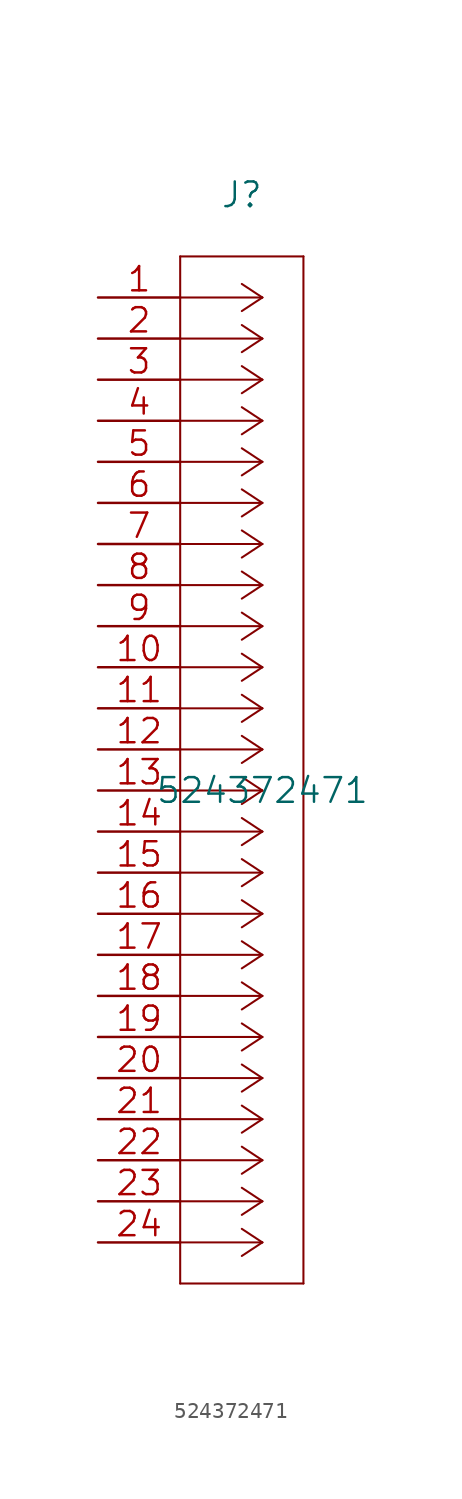
<source format=kicad_sym>
(kicad_symbol_lib
  (version 20211014)
  (generator kicad_symbol_editor)
  (symbol "524372471"
    (pin_names
      (offset 0.254) hide)
    (property "Reference" "J"
      (at 8.89 6.35 0)
      (effects (font (size 1.524 1.524))))
    (property "Value" "524372471"
      (at 10.16 -30.48 0)
      (effects (font (size 1.524 1.524))))
    (property "Datasheet" ""
      (at 0 0 0)
      (effects (font (size 1.524 1.524))))
    (property "ki_locked" ""
      (at 0 0 0)
      (effects (font (size 1.27 1.27))))
    (symbol "524372471_1_1"
      (polyline (pts (xy 5.08 -60.96) (xy 12.7 -60.96)) (stroke (width 0.127) (type default) (color 0 0 0 0)) (fill (type none)))
      (polyline (pts (xy 5.08 2.54) (xy 5.08 -60.96)) (stroke (width 0.127) (type default) (color 0 0 0 0)) (fill (type none)))
      (polyline (pts (xy 10.16 -58.42) (xy 5.08 -58.42)) (stroke (width 0.127) (type default) (color 0 0 0 0)) (fill (type none)))
      (polyline (pts (xy 10.16 -58.42) (xy 8.89 -59.258)) (stroke (width 0.127) (type default) (color 0 0 0 0)) (fill (type none)))
      (polyline (pts (xy 10.16 -58.42) (xy 8.89 -57.582)) (stroke (width 0.127) (type default) (color 0 0 0 0)) (fill (type none)))
      (polyline (pts (xy 10.16 -55.88) (xy 5.08 -55.88)) (stroke (width 0.127) (type default) (color 0 0 0 0)) (fill (type none)))
      (polyline (pts (xy 10.16 -55.88) (xy 8.89 -56.718)) (stroke (width 0.127) (type default) (color 0 0 0 0)) (fill (type none)))
      (polyline (pts (xy 10.16 -55.88) (xy 8.89 -55.042)) (stroke (width 0.127) (type default) (color 0 0 0 0)) (fill (type none)))
      (polyline (pts (xy 10.16 -53.34) (xy 5.08 -53.34)) (stroke (width 0.127) (type default) (color 0 0 0 0)) (fill (type none)))
      (polyline (pts (xy 10.16 -53.34) (xy 8.89 -54.178)) (stroke (width 0.127) (type default) (color 0 0 0 0)) (fill (type none)))
      (polyline (pts (xy 10.16 -53.34) (xy 8.89 -52.502)) (stroke (width 0.127) (type default) (color 0 0 0 0)) (fill (type none)))
      (polyline (pts (xy 10.16 -50.8) (xy 5.08 -50.8)) (stroke (width 0.127) (type default) (color 0 0 0 0)) (fill (type none)))
      (polyline (pts (xy 10.16 -50.8) (xy 8.89 -51.638)) (stroke (width 0.127) (type default) (color 0 0 0 0)) (fill (type none)))
      (polyline (pts (xy 10.16 -50.8) (xy 8.89 -49.962)) (stroke (width 0.127) (type default) (color 0 0 0 0)) (fill (type none)))
      (polyline (pts (xy 10.16 -48.26) (xy 5.08 -48.26)) (stroke (width 0.127) (type default) (color 0 0 0 0)) (fill (type none)))
      (polyline (pts (xy 10.16 -48.26) (xy 8.89 -49.098)) (stroke (width 0.127) (type default) (color 0 0 0 0)) (fill (type none)))
      (polyline (pts (xy 10.16 -48.26) (xy 8.89 -47.422)) (stroke (width 0.127) (type default) (color 0 0 0 0)) (fill (type none)))
      (polyline (pts (xy 10.16 -45.72) (xy 5.08 -45.72)) (stroke (width 0.127) (type default) (color 0 0 0 0)) (fill (type none)))
      (polyline (pts (xy 10.16 -45.72) (xy 8.89 -46.558)) (stroke (width 0.127) (type default) (color 0 0 0 0)) (fill (type none)))
      (polyline (pts (xy 10.16 -45.72) (xy 8.89 -44.882)) (stroke (width 0.127) (type default) (color 0 0 0 0)) (fill (type none)))
      (polyline (pts (xy 10.16 -43.18) (xy 5.08 -43.18)) (stroke (width 0.127) (type default) (color 0 0 0 0)) (fill (type none)))
      (polyline (pts (xy 10.16 -43.18) (xy 8.89 -44.018)) (stroke (width 0.127) (type default) (color 0 0 0 0)) (fill (type none)))
      (polyline (pts (xy 10.16 -43.18) (xy 8.89 -42.342)) (stroke (width 0.127) (type default) (color 0 0 0 0)) (fill (type none)))
      (polyline (pts (xy 10.16 -40.64) (xy 5.08 -40.64)) (stroke (width 0.127) (type default) (color 0 0 0 0)) (fill (type none)))
      (polyline (pts (xy 10.16 -40.64) (xy 8.89 -41.478)) (stroke (width 0.127) (type default) (color 0 0 0 0)) (fill (type none)))
      (polyline (pts (xy 10.16 -40.64) (xy 8.89 -39.802)) (stroke (width 0.127) (type default) (color 0 0 0 0)) (fill (type none)))
      (polyline (pts (xy 10.16 -38.1) (xy 5.08 -38.1)) (stroke (width 0.127) (type default) (color 0 0 0 0)) (fill (type none)))
      (polyline (pts (xy 10.16 -38.1) (xy 8.89 -38.938)) (stroke (width 0.127) (type default) (color 0 0 0 0)) (fill (type none)))
      (polyline (pts (xy 10.16 -38.1) (xy 8.89 -37.262)) (stroke (width 0.127) (type default) (color 0 0 0 0)) (fill (type none)))
      (polyline (pts (xy 10.16 -35.56) (xy 5.08 -35.56)) (stroke (width 0.127) (type default) (color 0 0 0 0)) (fill (type none)))
      (polyline (pts (xy 10.16 -35.56) (xy 8.89 -36.398)) (stroke (width 0.127) (type default) (color 0 0 0 0)) (fill (type none)))
      (polyline (pts (xy 10.16 -35.56) (xy 8.89 -34.722)) (stroke (width 0.127) (type default) (color 0 0 0 0)) (fill (type none)))
      (polyline (pts (xy 10.16 -33.02) (xy 5.08 -33.02)) (stroke (width 0.127) (type default) (color 0 0 0 0)) (fill (type none)))
      (polyline (pts (xy 10.16 -33.02) (xy 8.89 -33.858)) (stroke (width 0.127) (type default) (color 0 0 0 0)) (fill (type none)))
      (polyline (pts (xy 10.16 -33.02) (xy 8.89 -32.182)) (stroke (width 0.127) (type default) (color 0 0 0 0)) (fill (type none)))
      (polyline (pts (xy 10.16 -30.48) (xy 5.08 -30.48)) (stroke (width 0.127) (type default) (color 0 0 0 0)) (fill (type none)))
      (polyline (pts (xy 10.16 -30.48) (xy 8.89 -31.318)) (stroke (width 0.127) (type default) (color 0 0 0 0)) (fill (type none)))
      (polyline (pts (xy 10.16 -30.48) (xy 8.89 -29.642)) (stroke (width 0.127) (type default) (color 0 0 0 0)) (fill (type none)))
      (polyline (pts (xy 10.16 -27.94) (xy 5.08 -27.94)) (stroke (width 0.127) (type default) (color 0 0 0 0)) (fill (type none)))
      (polyline (pts (xy 10.16 -27.94) (xy 8.89 -28.778)) (stroke (width 0.127) (type default) (color 0 0 0 0)) (fill (type none)))
      (polyline (pts (xy 10.16 -27.94) (xy 8.89 -27.102)) (stroke (width 0.127) (type default) (color 0 0 0 0)) (fill (type none)))
      (polyline (pts (xy 10.16 -25.4) (xy 5.08 -25.4)) (stroke (width 0.127) (type default) (color 0 0 0 0)) (fill (type none)))
      (polyline (pts (xy 10.16 -25.4) (xy 8.89 -26.238)) (stroke (width 0.127) (type default) (color 0 0 0 0)) (fill (type none)))
      (polyline (pts (xy 10.16 -25.4) (xy 8.89 -24.562)) (stroke (width 0.127) (type default) (color 0 0 0 0)) (fill (type none)))
      (polyline (pts (xy 10.16 -22.86) (xy 5.08 -22.86)) (stroke (width 0.127) (type default) (color 0 0 0 0)) (fill (type none)))
      (polyline (pts (xy 10.16 -22.86) (xy 8.89 -23.698)) (stroke (width 0.127) (type default) (color 0 0 0 0)) (fill (type none)))
      (polyline (pts (xy 10.16 -22.86) (xy 8.89 -22.022)) (stroke (width 0.127) (type default) (color 0 0 0 0)) (fill (type none)))
      (polyline (pts (xy 10.16 -20.32) (xy 5.08 -20.32)) (stroke (width 0.127) (type default) (color 0 0 0 0)) (fill (type none)))
      (polyline (pts (xy 10.16 -20.32) (xy 8.89 -21.158)) (stroke (width 0.127) (type default) (color 0 0 0 0)) (fill (type none)))
      (polyline (pts (xy 10.16 -20.32) (xy 8.89 -19.482)) (stroke (width 0.127) (type default) (color 0 0 0 0)) (fill (type none)))
      (polyline (pts (xy 10.16 -17.78) (xy 5.08 -17.78)) (stroke (width 0.127) (type default) (color 0 0 0 0)) (fill (type none)))
      (polyline (pts (xy 10.16 -17.78) (xy 8.89 -18.618)) (stroke (width 0.127) (type default) (color 0 0 0 0)) (fill (type none)))
      (polyline (pts (xy 10.16 -17.78) (xy 8.89 -16.942)) (stroke (width 0.127) (type default) (color 0 0 0 0)) (fill (type none)))
      (polyline (pts (xy 10.16 -15.24) (xy 5.08 -15.24)) (stroke (width 0.127) (type default) (color 0 0 0 0)) (fill (type none)))
      (polyline (pts (xy 10.16 -15.24) (xy 8.89 -16.078)) (stroke (width 0.127) (type default) (color 0 0 0 0)) (fill (type none)))
      (polyline (pts (xy 10.16 -15.24) (xy 8.89 -14.402)) (stroke (width 0.127) (type default) (color 0 0 0 0)) (fill (type none)))
      (polyline (pts (xy 10.16 -12.7) (xy 5.08 -12.7)) (stroke (width 0.127) (type default) (color 0 0 0 0)) (fill (type none)))
      (polyline (pts (xy 10.16 -12.7) (xy 8.89 -13.538)) (stroke (width 0.127) (type default) (color 0 0 0 0)) (fill (type none)))
      (polyline (pts (xy 10.16 -12.7) (xy 8.89 -11.862)) (stroke (width 0.127) (type default) (color 0 0 0 0)) (fill (type none)))
      (polyline (pts (xy 10.16 -10.16) (xy 5.08 -10.16)) (stroke (width 0.127) (type default) (color 0 0 0 0)) (fill (type none)))
      (polyline (pts (xy 10.16 -10.16) (xy 8.89 -10.998)) (stroke (width 0.127) (type default) (color 0 0 0 0)) (fill (type none)))
      (polyline (pts (xy 10.16 -10.16) (xy 8.89 -9.322)) (stroke (width 0.127) (type default) (color 0 0 0 0)) (fill (type none)))
      (polyline (pts (xy 10.16 -7.62) (xy 5.08 -7.62)) (stroke (width 0.127) (type default) (color 0 0 0 0)) (fill (type none)))
      (polyline (pts (xy 10.16 -7.62) (xy 8.89 -8.458)) (stroke (width 0.127) (type default) (color 0 0 0 0)) (fill (type none)))
      (polyline (pts (xy 10.16 -7.62) (xy 8.89 -6.782)) (stroke (width 0.127) (type default) (color 0 0 0 0)) (fill (type none)))
      (polyline (pts (xy 10.16 -5.08) (xy 5.08 -5.08)) (stroke (width 0.127) (type default) (color 0 0 0 0)) (fill (type none)))
      (polyline (pts (xy 10.16 -5.08) (xy 8.89 -5.918)) (stroke (width 0.127) (type default) (color 0 0 0 0)) (fill (type none)))
      (polyline (pts (xy 10.16 -5.08) (xy 8.89 -4.242)) (stroke (width 0.127) (type default) (color 0 0 0 0)) (fill (type none)))
      (polyline (pts (xy 10.16 -2.54) (xy 5.08 -2.54)) (stroke (width 0.127) (type default) (color 0 0 0 0)) (fill (type none)))
      (polyline (pts (xy 10.16 -2.54) (xy 8.89 -3.378)) (stroke (width 0.127) (type default) (color 0 0 0 0)) (fill (type none)))
      (polyline (pts (xy 10.16 -2.54) (xy 8.89 -1.702)) (stroke (width 0.127) (type default) (color 0 0 0 0)) (fill (type none)))
      (polyline (pts (xy 10.16 0) (xy 5.08 0)) (stroke (width 0.127) (type default) (color 0 0 0 0)) (fill (type none)))
      (polyline (pts (xy 10.16 0) (xy 8.89 -0.838)) (stroke (width 0.127) (type default) (color 0 0 0 0)) (fill (type none)))
      (polyline (pts (xy 10.16 0) (xy 8.89 0.838)) (stroke (width 0.127) (type default) (color 0 0 0 0)) (fill (type none)))
      (polyline (pts (xy 12.7 -60.96) (xy 12.7 2.54)) (stroke (width 0.127) (type default) (color 0 0 0 0)) (fill (type none)))
      (polyline (pts (xy 12.7 2.54) (xy 5.08 2.54)) (stroke (width 0.127) (type default) (color 0 0 0 0)) (fill (type none)))
      (pin unspecified line (at 0 0 0) (length 5.08) (name "1" (effects (font (size 1.499 1.499)))) (number "1" (effects (font (size 1.499 1.499)))))
      (pin unspecified line (at 0 -22.86 0) (length 5.08) (name "10" (effects (font (size 1.499 1.499)))) (number "10" (effects (font (size 1.499 1.499)))))
      (pin unspecified line (at 0 -25.4 0) (length 5.08) (name "11" (effects (font (size 1.499 1.499)))) (number "11" (effects (font (size 1.499 1.499)))))
      (pin unspecified line (at 0 -27.94 0) (length 5.08) (name "12" (effects (font (size 1.499 1.499)))) (number "12" (effects (font (size 1.499 1.499)))))
      (pin unspecified line (at 0 -30.48 0) (length 5.08) (name "13" (effects (font (size 1.499 1.499)))) (number "13" (effects (font (size 1.499 1.499)))))
      (pin unspecified line (at 0 -33.02 0) (length 5.08) (name "14" (effects (font (size 1.499 1.499)))) (number "14" (effects (font (size 1.499 1.499)))))
      (pin unspecified line (at 0 -35.56 0) (length 5.08) (name "15" (effects (font (size 1.499 1.499)))) (number "15" (effects (font (size 1.499 1.499)))))
      (pin unspecified line (at 0 -38.1 0) (length 5.08) (name "16" (effects (font (size 1.499 1.499)))) (number "16" (effects (font (size 1.499 1.499)))))
      (pin unspecified line (at 0 -40.64 0) (length 5.08) (name "17" (effects (font (size 1.499 1.499)))) (number "17" (effects (font (size 1.499 1.499)))))
      (pin unspecified line (at 0 -43.18 0) (length 5.08) (name "18" (effects (font (size 1.499 1.499)))) (number "18" (effects (font (size 1.499 1.499)))))
      (pin unspecified line (at 0 -45.72 0) (length 5.08) (name "19" (effects (font (size 1.499 1.499)))) (number "19" (effects (font (size 1.499 1.499)))))
      (pin unspecified line (at 0 -2.54 0) (length 5.08) (name "2" (effects (font (size 1.499 1.499)))) (number "2" (effects (font (size 1.499 1.499)))))
      (pin unspecified line (at 0 -48.26 0) (length 5.08) (name "20" (effects (font (size 1.499 1.499)))) (number "20" (effects (font (size 1.499 1.499)))))
      (pin unspecified line (at 0 -50.8 0) (length 5.08) (name "21" (effects (font (size 1.499 1.499)))) (number "21" (effects (font (size 1.499 1.499)))))
      (pin unspecified line (at 0 -53.34 0) (length 5.08) (name "22" (effects (font (size 1.499 1.499)))) (number "22" (effects (font (size 1.499 1.499)))))
      (pin unspecified line (at 0 -55.88 0) (length 5.08) (name "23" (effects (font (size 1.499 1.499)))) (number "23" (effects (font (size 1.499 1.499)))))
      (pin unspecified line (at 0 -58.42 0) (length 5.08) (name "24" (effects (font (size 1.499 1.499)))) (number "24" (effects (font (size 1.499 1.499)))))
      (pin unspecified line (at 0 -5.08 0) (length 5.08) (name "3" (effects (font (size 1.499 1.499)))) (number "3" (effects (font (size 1.499 1.499)))))
      (pin unspecified line (at 0 -7.62 0) (length 5.08) (name "4" (effects (font (size 1.499 1.499)))) (number "4" (effects (font (size 1.499 1.499)))))
      (pin unspecified line (at 0 -10.16 0) (length 5.08) (name "5" (effects (font (size 1.499 1.499)))) (number "5" (effects (font (size 1.499 1.499)))))
      (pin unspecified line (at 0 -12.7 0) (length 5.08) (name "6" (effects (font (size 1.499 1.499)))) (number "6" (effects (font (size 1.499 1.499)))))
      (pin unspecified line (at 0 -15.24 0) (length 5.08) (name "7" (effects (font (size 1.499 1.499)))) (number "7" (effects (font (size 1.499 1.499)))))
      (pin unspecified line (at 0 -17.78 0) (length 5.08) (name "8" (effects (font (size 1.499 1.499)))) (number "8" (effects (font (size 1.499 1.499)))))
      (pin unspecified line (at 0 -20.32 0) (length 5.08) (name "9" (effects (font (size 1.499 1.499)))) (number "9" (effects (font (size 1.499 1.499))))))))
</source>
